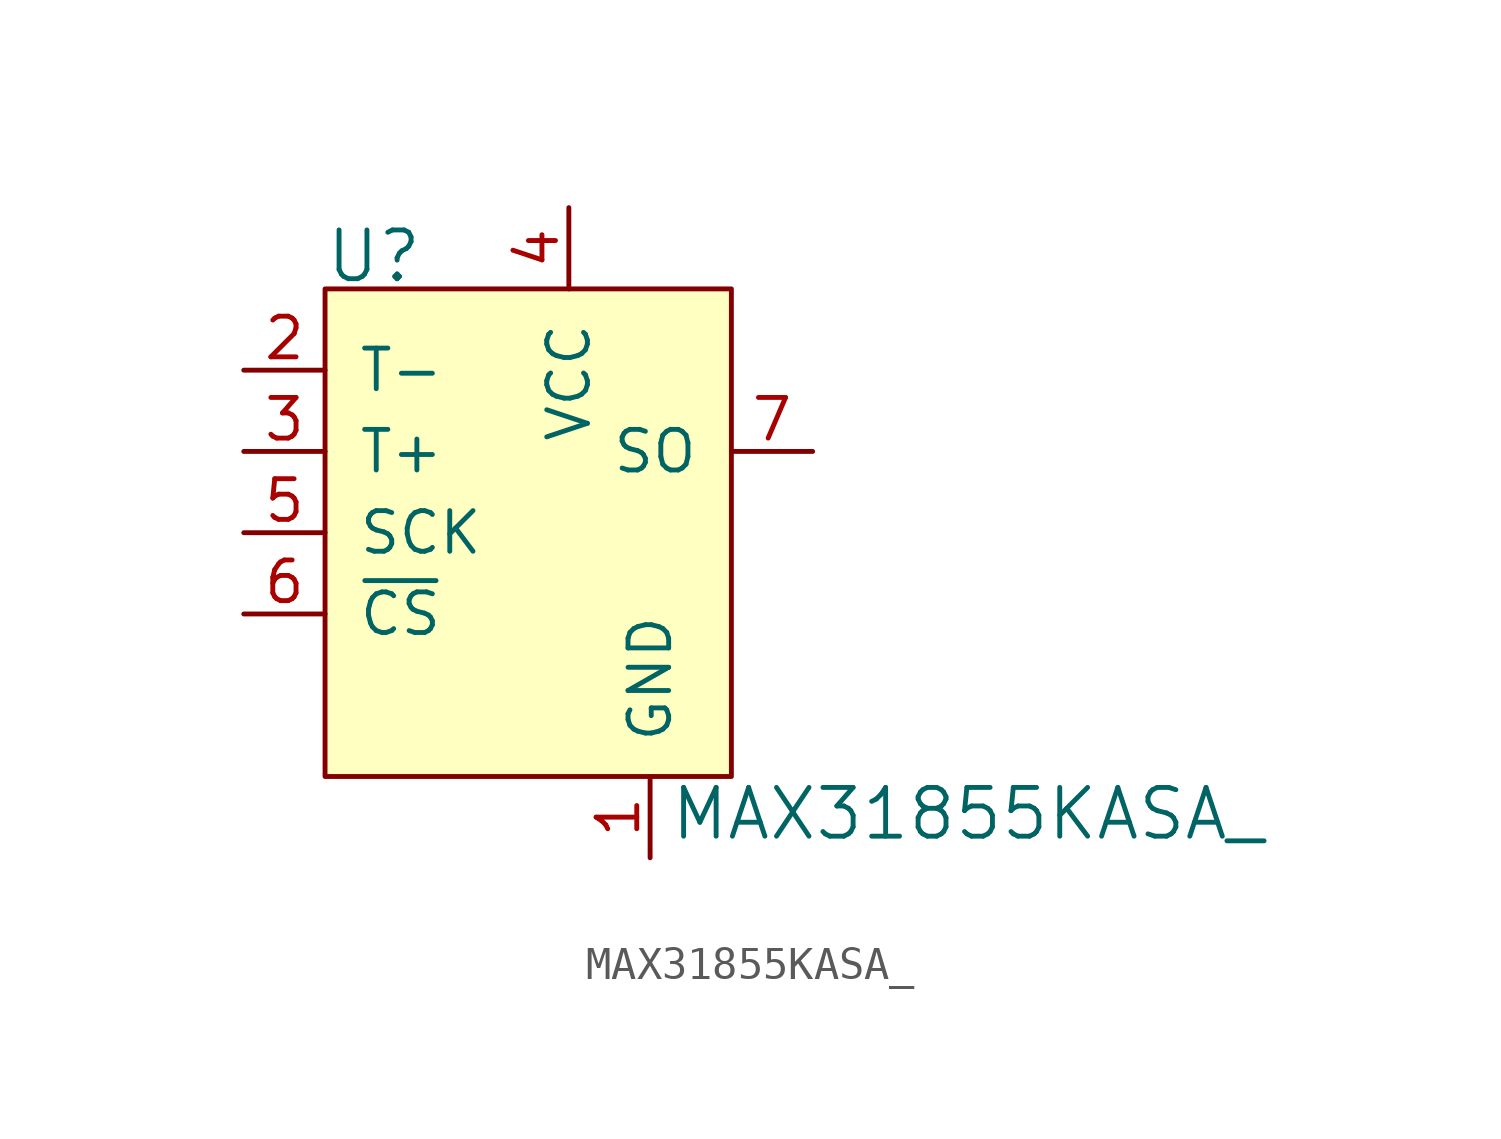
<source format=kicad_sym>
(kicad_symbol_lib
  (version 20220914)
  (generator kicad_symbol_editor)
  (symbol "MAX31855KASA_"
    (pin_names
      (offset 1.016))
    (property "Reference" "U"
      (at -5.105 1.016 0)
      (effects (font (size 1.524 1.524)) (justify left)))
    (property "Value" "MAX31855KASA_"
      (at 5.664 -16.408 0)
      (effects (font (size 1.524 1.524)) (justify left)))
    (symbol "MAX31855KASA__0_1"
      (rectangle (start -5.08 0) (end 7.62 -15.24) (stroke (width 0) (type solid)) (fill (type background))))
    (symbol "MAX31855KASA__1_1"
      (pin power_in line (at 5.08 -17.78 90) (length 2.54) (name "GND" (effects (font (size 1.27 1.27)))) (number "1" (effects (font (size 1.27 1.27)))))
      (pin input line (at -7.62 -2.54 0) (length 2.54) (name "T-" (effects (font (size 1.27 1.27)))) (number "2" (effects (font (size 1.27 1.27)))))
      (pin input line (at -7.62 -5.08 0) (length 2.54) (name "T+" (effects (font (size 1.27 1.27)))) (number "3" (effects (font (size 1.27 1.27)))))
      (pin power_in line (at 2.54 2.54 270) (length 2.54) (name "VCC" (effects (font (size 1.27 1.27)))) (number "4" (effects (font (size 1.27 1.27)))))
      (pin input line (at -7.62 -7.62 0) (length 2.54) (name "SCK" (effects (font (size 1.27 1.27)))) (number "5" (effects (font (size 1.27 1.27)))))
      (pin input line (at -7.62 -10.16 0) (length 2.54) (name "~{CS}" (effects (font (size 1.27 1.27)))) (number "6" (effects (font (size 1.27 1.27)))))
      (pin output line (at 10.16 -5.08 180) (length 2.54) (name "SO" (effects (font (size 1.27 1.27)))) (number "7" (effects (font (size 1.27 1.27)))))
      (pin no_connect line (at -5.08 -12.7 0) (length 2.54) hide (name "DNC" (effects (font (size 1.27 1.27)))) (number "8" (effects (font (size 1.27 1.27))))))))
</source>
